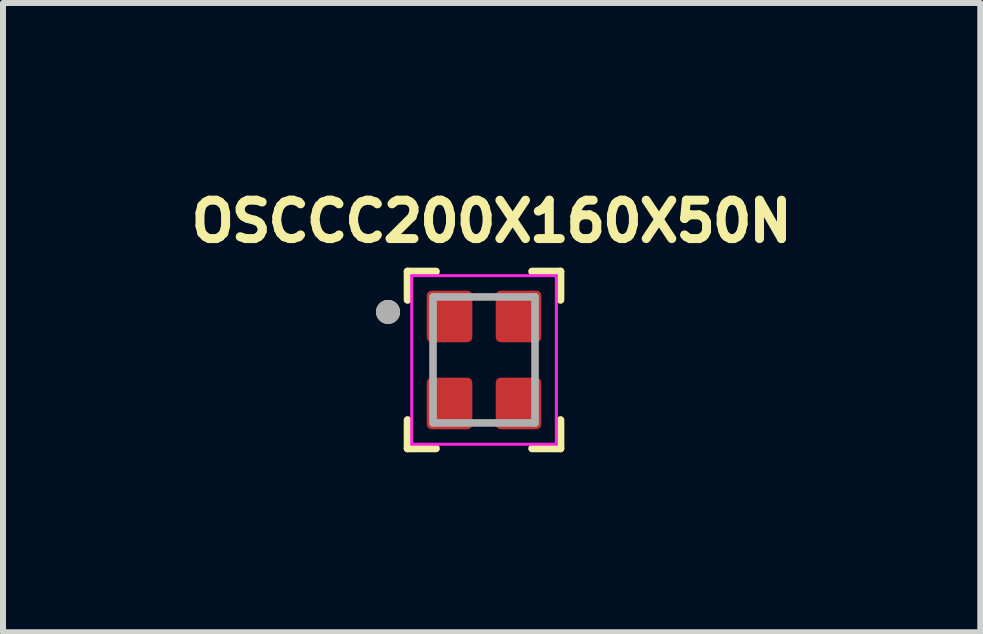
<source format=kicad_pcb>
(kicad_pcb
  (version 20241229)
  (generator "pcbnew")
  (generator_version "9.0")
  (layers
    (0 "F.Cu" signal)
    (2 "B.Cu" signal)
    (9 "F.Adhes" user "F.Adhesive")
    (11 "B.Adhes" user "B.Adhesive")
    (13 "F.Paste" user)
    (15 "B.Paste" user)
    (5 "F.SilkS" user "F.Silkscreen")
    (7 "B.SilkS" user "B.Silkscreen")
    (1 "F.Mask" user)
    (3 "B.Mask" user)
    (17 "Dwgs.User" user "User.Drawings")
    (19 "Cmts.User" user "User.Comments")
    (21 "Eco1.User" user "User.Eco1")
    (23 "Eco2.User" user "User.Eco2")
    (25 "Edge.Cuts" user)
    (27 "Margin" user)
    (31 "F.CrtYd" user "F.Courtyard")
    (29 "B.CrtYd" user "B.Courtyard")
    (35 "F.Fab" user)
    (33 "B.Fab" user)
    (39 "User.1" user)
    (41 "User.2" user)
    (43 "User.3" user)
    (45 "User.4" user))
  (footprint "OSCCC200X160X50N"
    (layer "F.Cu")
    (at 5.017 2.949)
    (property "Reference" "OSCCC200X160X50N" (at 0.127 -2.311 0) (layer "F.SilkS") (effects (font (size 0.64 0.64) (thickness 0.15))))
    (attr smd)
    (fp_line (start -1.275 -1.475) (end -0.8 -1.475) (stroke (width 0.127) (type solid)) (layer "F.SilkS"))
    (fp_line (start -1.275 -1) (end -1.275 -1.475) (stroke (width 0.127) (type solid)) (layer "F.SilkS"))
    (fp_line (start -1.275 1) (end -1.275 1.475) (stroke (width 0.127) (type solid)) (layer "F.SilkS"))
    (fp_line (start -1.275 1.475) (end -0.8 1.475) (stroke (width 0.127) (type solid)) (layer "F.SilkS"))
    (fp_line (start 1.275 -1.475) (end 0.8 -1.475) (stroke (width 0.127) (type solid)) (layer "F.SilkS"))
    (fp_line (start 1.275 -1) (end 1.275 -1.475) (stroke (width 0.127) (type solid)) (layer "F.SilkS"))
    (fp_line (start 1.275 1) (end 1.275 1.475) (stroke (width 0.127) (type solid)) (layer "F.SilkS"))
    (fp_line (start 1.275 1.475) (end 0.8 1.475) (stroke (width 0.127) (type solid)) (layer "F.SilkS"))
    (fp_circle (center -1.6 -0.8) (end -1.5 -0.8) (stroke (width 0.2) (type solid)) (fill no) (layer "F.SilkS"))
    (fp_line (start -1.205 -1.405) (end -1.205 1.405) (stroke (width 0.05) (type solid)) (layer "F.CrtYd"))
    (fp_line (start -1.205 1.405) (end 1.205 1.405) (stroke (width 0.05) (type solid)) (layer "F.CrtYd"))
    (fp_line (start 1.205 -1.405) (end -1.205 -1.405) (stroke (width 0.05) (type solid)) (layer "F.CrtYd"))
    (fp_line (start 1.205 1.405) (end 1.205 -1.405) (stroke (width 0.05) (type solid)) (layer "F.CrtYd"))
    (fp_line (start -0.85 -1.05) (end 0.85 -1.05) (stroke (width 0.127) (type solid)) (layer "F.Fab"))
    (fp_line (start -0.85 1.05) (end -0.85 -1.05) (stroke (width 0.127) (type solid)) (layer "F.Fab"))
    (fp_line (start 0.85 -1.05) (end 0.85 1.05) (stroke (width 0.127) (type solid)) (layer "F.Fab"))
    (fp_line (start 0.85 1.05) (end -0.85 1.05) (stroke (width 0.127) (type solid)) (layer "F.Fab"))
    (fp_circle (center -1.6 -0.8) (end -1.5 -0.8) (stroke (width 0.2) (type solid)) (fill no) (layer "F.Fab"))
    (pad "1" smd roundrect (at -0.575 -0.725) (size 0.76 0.86) (layers "F.Cu" "F.Mask" "F.Paste") (roundrect_rratio 0.11))
    (pad "2" smd roundrect (at -0.575 0.725) (size 0.76 0.86) (layers "F.Cu" "F.Mask" "F.Paste") (roundrect_rratio 0.11))
    (pad "3" smd roundrect (at 0.575 0.725) (size 0.76 0.86) (layers "F.Cu" "F.Mask" "F.Paste") (roundrect_rratio 0.11))
    (pad "4" smd roundrect (at 0.575 -0.725) (size 0.76 0.86) (layers "F.Cu" "F.Mask" "F.Paste") (roundrect_rratio 0.11)))
  (gr_rect
    (start -3 -3)
    (end 13.288 7.488)
    (stroke (width 0.1) (type default))
    (fill no)
    (layer "Edge.Cuts")))
</source>
